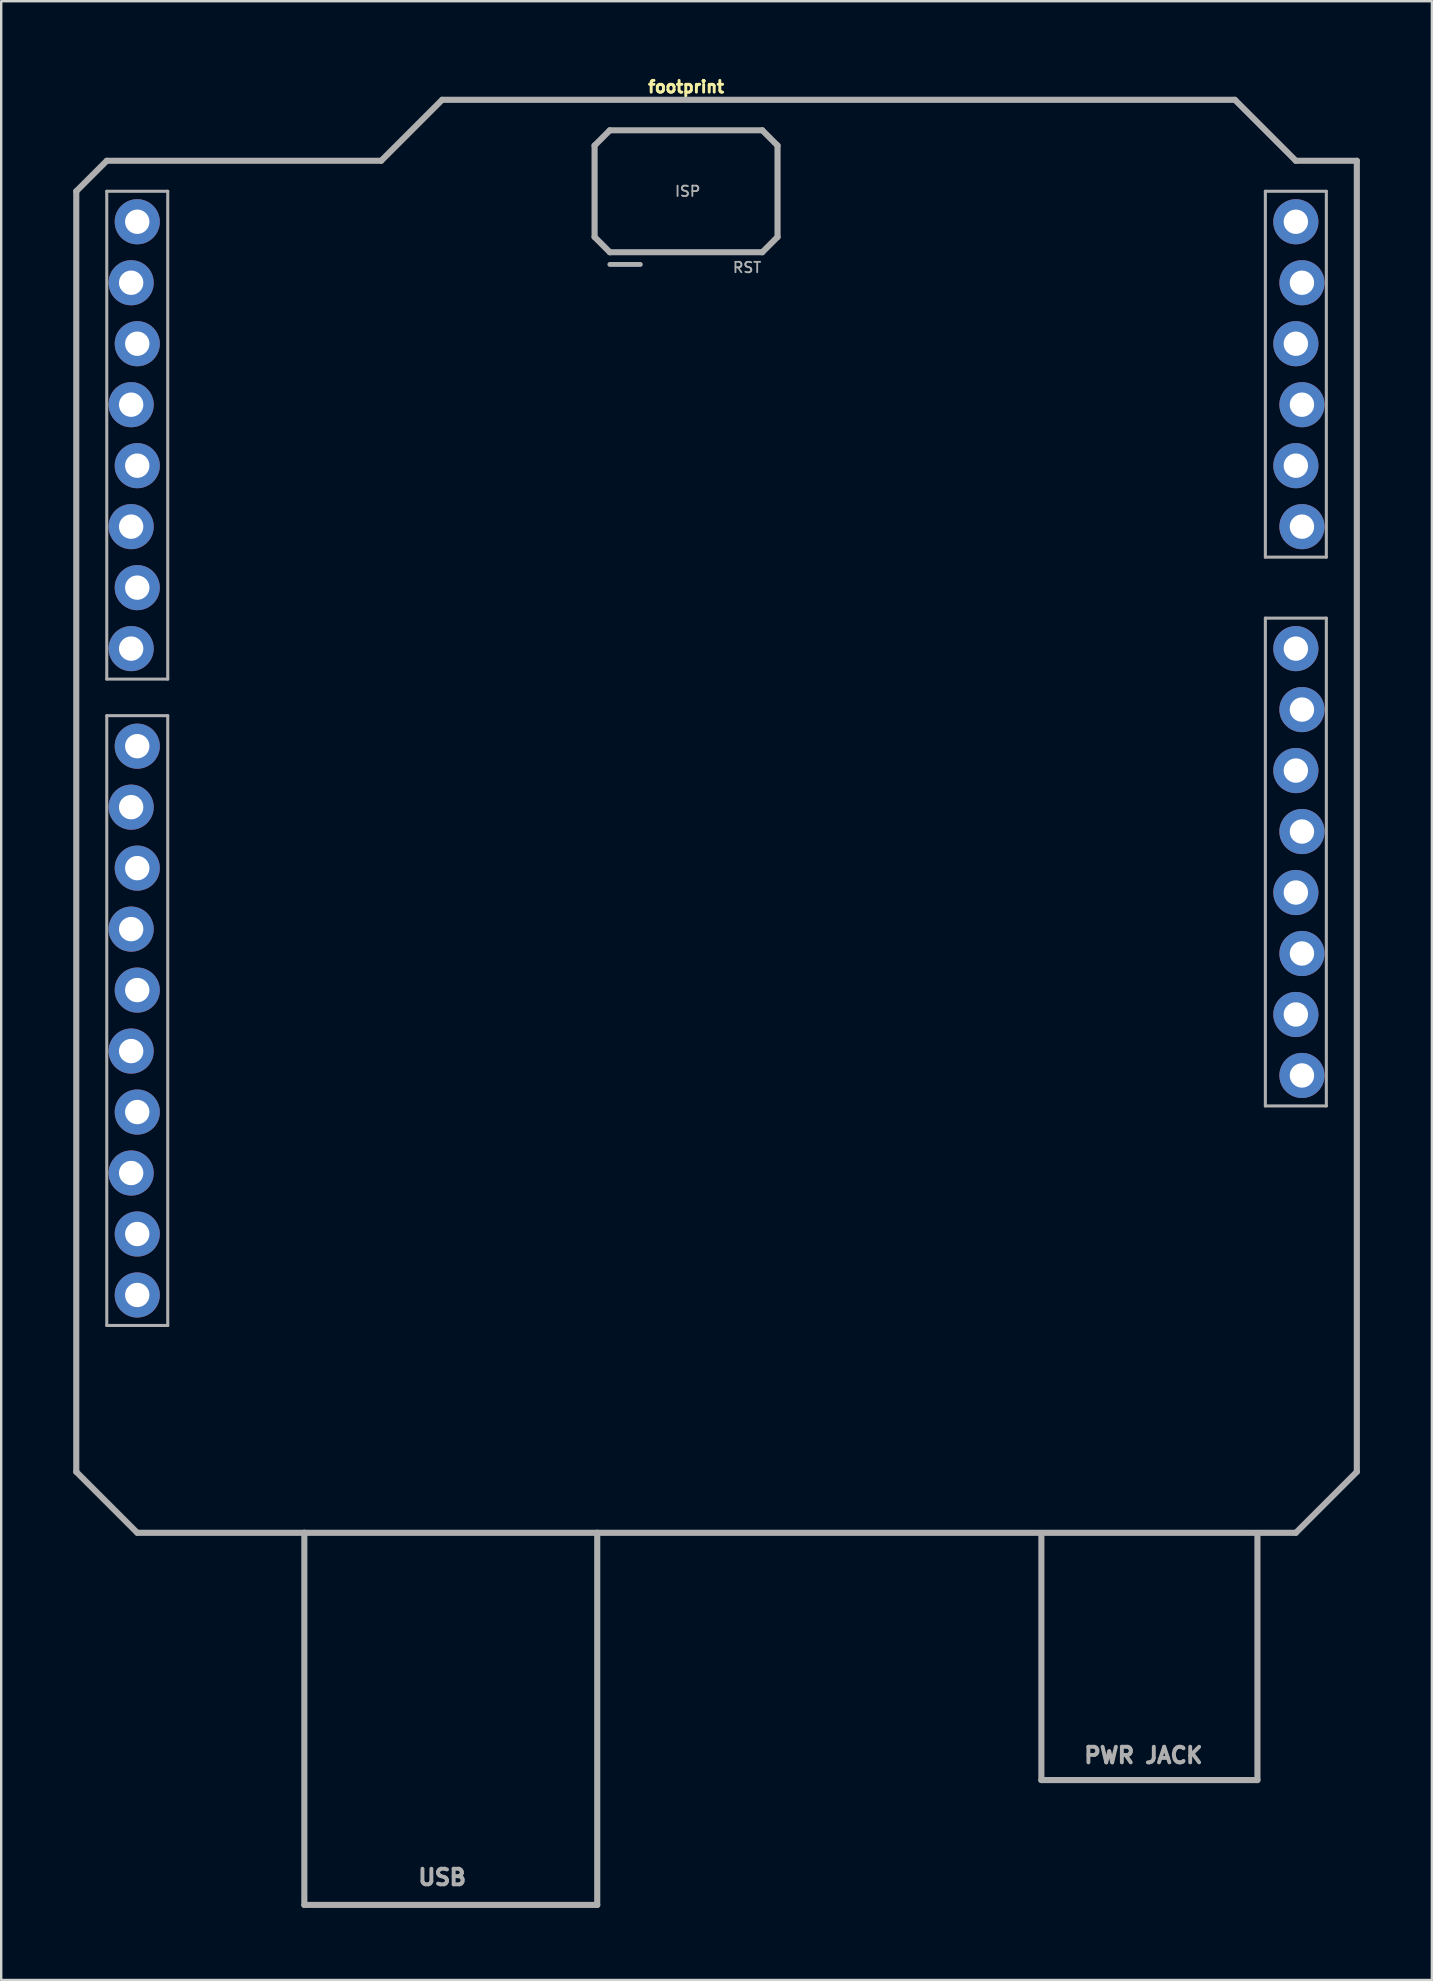
<source format=kicad_pcb>
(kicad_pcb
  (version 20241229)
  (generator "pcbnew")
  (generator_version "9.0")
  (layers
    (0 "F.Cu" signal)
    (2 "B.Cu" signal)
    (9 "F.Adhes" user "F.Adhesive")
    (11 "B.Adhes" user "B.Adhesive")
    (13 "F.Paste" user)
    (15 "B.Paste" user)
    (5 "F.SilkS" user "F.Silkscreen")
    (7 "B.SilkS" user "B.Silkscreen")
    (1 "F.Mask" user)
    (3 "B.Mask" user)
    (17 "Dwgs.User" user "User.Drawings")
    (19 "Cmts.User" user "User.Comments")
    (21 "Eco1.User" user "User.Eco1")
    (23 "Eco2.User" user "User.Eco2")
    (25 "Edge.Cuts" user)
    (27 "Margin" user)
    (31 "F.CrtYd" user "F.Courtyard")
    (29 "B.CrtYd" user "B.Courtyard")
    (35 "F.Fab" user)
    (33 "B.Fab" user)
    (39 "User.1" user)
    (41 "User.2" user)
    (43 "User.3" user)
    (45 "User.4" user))
  (footprint "footprint"
    (layer "F.Cu")
    (at 26.797 30.317)
    (property "Reference" "footprint" (at -1.27 -29.464 0) (layer "F.SilkS") (effects (font (size 0.488 0.488) (thickness 0.122)) (justify bottom)))
    (fp_line (start -26.67 -25.4) (end -26.67 27.94) (stroke (width 0.254) (type solid)) (layer "F.Fab"))
    (fp_line (start -26.67 27.94) (end -24.13 30.48) (stroke (width 0.254) (type solid)) (layer "F.Fab"))
    (fp_line (start -25.4 -26.67) (end -26.67 -25.4) (stroke (width 0.254) (type solid)) (layer "F.Fab"))
    (fp_line (start -25.4 -25.4) (end -22.86 -25.4) (stroke (width 0.127) (type solid)) (layer "F.Fab"))
    (fp_line (start -25.4 -5.08) (end -25.4 -25.4) (stroke (width 0.127) (type solid)) (layer "F.Fab"))
    (fp_line (start -25.4 -3.556) (end -22.86 -3.556) (stroke (width 0.127) (type solid)) (layer "F.Fab"))
    (fp_line (start -25.4 21.844) (end -25.4 -3.556) (stroke (width 0.127) (type solid)) (layer "F.Fab"))
    (fp_line (start -24.13 30.48) (end -17.17 30.48) (stroke (width 0.254) (type solid)) (layer "F.Fab"))
    (fp_line (start -22.86 -25.4) (end -22.86 -5.08) (stroke (width 0.127) (type solid)) (layer "F.Fab"))
    (fp_line (start -22.86 -5.08) (end -25.4 -5.08) (stroke (width 0.127) (type solid)) (layer "F.Fab"))
    (fp_line (start -22.86 -3.556) (end -22.86 21.844) (stroke (width 0.127) (type solid)) (layer "F.Fab"))
    (fp_line (start -22.86 21.844) (end -25.4 21.844) (stroke (width 0.127) (type solid)) (layer "F.Fab"))
    (fp_line (start -17.17 30.48) (end -4.97 30.48) (stroke (width 0.254) (type solid)) (layer "F.Fab"))
    (fp_line (start -17.17 45.98) (end -17.17 30.48) (stroke (width 0.254) (type solid)) (layer "F.Fab"))
    (fp_line (start -17.17 45.98) (end -4.97 45.98) (stroke (width 0.254) (type solid)) (layer "F.Fab"))
    (fp_line (start -13.97 -26.67) (end -25.4 -26.67) (stroke (width 0.254) (type solid)) (layer "F.Fab"))
    (fp_line (start -11.43 -29.21) (end -13.97 -26.67) (stroke (width 0.254) (type solid)) (layer "F.Fab"))
    (fp_line (start -5.08 -27.305) (end -4.445 -27.94) (stroke (width 0.254) (type solid)) (layer "F.Fab"))
    (fp_line (start -5.08 -23.495) (end -5.08 -27.305) (stroke (width 0.254) (type solid)) (layer "F.Fab"))
    (fp_line (start -4.97 30.48) (end 24.13 30.48) (stroke (width 0.254) (type solid)) (layer "F.Fab"))
    (fp_line (start -4.97 45.98) (end -4.97 30.48) (stroke (width 0.254) (type solid)) (layer "F.Fab"))
    (fp_line (start -4.445 -27.94) (end 1.905 -27.94) (stroke (width 0.254) (type solid)) (layer "F.Fab"))
    (fp_line (start -4.445 -22.86) (end -5.08 -23.495) (stroke (width 0.254) (type solid)) (layer "F.Fab"))
    (fp_line (start -3.175 -22.352) (end -4.445 -22.352) (stroke (width 0.203) (type solid)) (layer "F.Fab"))
    (fp_line (start 1.905 -27.94) (end 2.54 -27.305) (stroke (width 0.254) (type solid)) (layer "F.Fab"))
    (fp_line (start 1.905 -22.86) (end -4.445 -22.86) (stroke (width 0.254) (type solid)) (layer "F.Fab"))
    (fp_line (start 2.54 -27.305) (end 2.54 -23.495) (stroke (width 0.254) (type solid)) (layer "F.Fab"))
    (fp_line (start 2.54 -23.495) (end 1.905 -22.86) (stroke (width 0.254) (type solid)) (layer "F.Fab"))
    (fp_line (start 13.53 40.78) (end 13.53 30.58) (stroke (width 0.254) (type solid)) (layer "F.Fab"))
    (fp_line (start 13.53 40.78) (end 22.53 40.78) (stroke (width 0.254) (type solid)) (layer "F.Fab"))
    (fp_line (start 21.59 -29.21) (end -11.43 -29.21) (stroke (width 0.254) (type solid)) (layer "F.Fab"))
    (fp_line (start 22.53 40.78) (end 22.53 30.58) (stroke (width 0.254) (type solid)) (layer "F.Fab"))
    (fp_line (start 22.86 -25.4) (end 25.4 -25.4) (stroke (width 0.127) (type solid)) (layer "F.Fab"))
    (fp_line (start 22.86 -10.16) (end 22.86 -25.4) (stroke (width 0.127) (type solid)) (layer "F.Fab"))
    (fp_line (start 22.86 -7.62) (end 22.86 12.7) (stroke (width 0.127) (type solid)) (layer "F.Fab"))
    (fp_line (start 22.86 12.7) (end 25.4 12.7) (stroke (width 0.127) (type solid)) (layer "F.Fab"))
    (fp_line (start 24.13 -26.67) (end 21.59 -29.21) (stroke (width 0.254) (type solid)) (layer "F.Fab"))
    (fp_line (start 24.13 30.48) (end 26.67 27.94) (stroke (width 0.254) (type solid)) (layer "F.Fab"))
    (fp_line (start 25.4 -25.4) (end 25.4 -10.16) (stroke (width 0.127) (type solid)) (layer "F.Fab"))
    (fp_line (start 25.4 -10.16) (end 22.86 -10.16) (stroke (width 0.127) (type solid)) (layer "F.Fab"))
    (fp_line (start 25.4 -7.62) (end 22.86 -7.62) (stroke (width 0.127) (type solid)) (layer "F.Fab"))
    (fp_line (start 25.4 12.7) (end 25.4 -7.62) (stroke (width 0.127) (type solid)) (layer "F.Fab"))
    (fp_line (start 26.67 -26.67) (end 24.13 -26.67) (stroke (width 0.254) (type solid)) (layer "F.Fab"))
    (fp_line (start 26.67 27.94) (end 26.67 -26.67) (stroke (width 0.254) (type solid)) (layer "F.Fab"))
    (fp_text user "PWR JACK" (at 17.78 39.37 0) (layer "F.Fab") (effects (font (size 0.65 0.65) (thickness 0.163)) (justify top)))
    (fp_text user "USB" (at -11.43 44.45 0) (layer "F.Fab") (effects (font (size 0.65 0.65) (thickness 0.163)) (justify top)))
    (fp_text user "RST" (at 0.635 -21.971 0) (layer "F.Fab") (effects (font (size 0.432 0.432) (thickness 0.076)) (justify left bottom)))
    (fp_text user "ISP" (at -1.778 -25.146 0) (layer "F.Fab") (effects (font (size 0.432 0.432) (thickness 0.076)) (justify left bottom)))
    (pad "3.3V" thru_hole circle (at 24.13 3.81 90) (size 1.88 1.88) (drill 1.016) (layers "*.Cu" "*.Mask"))
    (pad "5V" thru_hole circle (at 24.384 1.27 90) (size 1.88 1.88) (drill 1.016) (layers "*.Cu" "*.Mask"))
    (pad "A0" thru_hole circle (at 24.384 -11.43 90) (size 1.88 1.88) (drill 1.016) (layers "*.Cu" "*.Mask"))
    (pad "A1" thru_hole circle (at 24.13 -13.97 90) (size 1.88 1.88) (drill 1.016) (layers "*.Cu" "*.Mask"))
    (pad "A2" thru_hole circle (at 24.384 -16.51 90) (size 1.88 1.88) (drill 1.016) (layers "*.Cu" "*.Mask"))
    (pad "A3" thru_hole circle (at 24.13 -19.05 90) (size 1.88 1.88) (drill 1.016) (layers "*.Cu" "*.Mask"))
    (pad "A4" thru_hole circle (at 24.384 -21.59 90) (size 1.88 1.88) (drill 1.016) (layers "*.Cu" "*.Mask"))
    (pad "A5" thru_hole circle (at 24.13 -24.13 90) (size 1.88 1.88) (drill 1.016) (layers "*.Cu" "*.Mask"))
    (pad "AREF" thru_hole circle (at -24.384 15.494 90) (size 1.88 1.88) (drill 1.016) (layers "*.Cu" "*.Mask"))
    (pad "D2" thru_hole circle (at -24.13 -19.05 90) (size 1.88 1.88) (drill 1.016) (layers "*.Cu" "*.Mask"))
    (pad "D3" thru_hole circle (at -24.384 -16.51 90) (size 1.88 1.88) (drill 1.016) (layers "*.Cu" "*.Mask"))
    (pad "D4" thru_hole circle (at -24.13 -13.97 90) (size 1.88 1.88) (drill 1.016) (layers "*.Cu" "*.Mask"))
    (pad "D5" thru_hole circle (at -24.384 -11.43 90) (size 1.88 1.88) (drill 1.016) (layers "*.Cu" "*.Mask"))
    (pad "D6" thru_hole circle (at -24.13 -8.89 90) (size 1.88 1.88) (drill 1.016) (layers "*.Cu" "*.Mask"))
    (pad "D7" thru_hole circle (at -24.384 -6.35 90) (size 1.88 1.88) (drill 1.016) (layers "*.Cu" "*.Mask"))
    (pad "D8" thru_hole circle (at -24.13 -2.286 90) (size 1.88 1.88) (drill 1.016) (layers "*.Cu" "*.Mask"))
    (pad "D9" thru_hole circle (at -24.384 0.254 90) (size 1.88 1.88) (drill 1.016) (layers "*.Cu" "*.Mask"))
    (pad "D10" thru_hole circle (at -24.13 2.794 90) (size 1.88 1.88) (drill 1.016) (layers "*.Cu" "*.Mask"))
    (pad "D11" thru_hole circle (at -24.384 5.334 90) (size 1.88 1.88) (drill 1.016) (layers "*.Cu" "*.Mask"))
    (pad "D12" thru_hole circle (at -24.13 7.874 90) (size 1.88 1.88) (drill 1.016) (layers "*.Cu" "*.Mask"))
    (pad "D13" thru_hole circle (at -24.384 10.414 90) (size 1.88 1.88) (drill 1.016) (layers "*.Cu" "*.Mask"))
    (pad "GND@0" thru_hole circle (at 24.13 -1.27 90) (size 1.88 1.88) (drill 1.016) (layers "*.Cu" "*.Mask"))
    (pad "GND@1" thru_hole circle (at 24.384 -3.81 90) (size 1.88 1.88) (drill 1.016) (layers "*.Cu" "*.Mask"))
    (pad "GND@2" thru_hole circle (at -24.13 12.954 90) (size 1.88 1.88) (drill 1.016) (layers "*.Cu" "*.Mask"))
    (pad "IOREF" thru_hole circle (at 24.13 8.89 90) (size 1.88 1.88) (drill 1.016) (layers "*.Cu" "*.Mask"))
    (pad "NC" thru_hole circle (at 24.384 11.43 90) (size 1.88 1.88) (drill 1.016) (layers "*.Cu" "*.Mask"))
    (pad "RES" thru_hole circle (at 24.384 6.35 90) (size 1.88 1.88) (drill 1.016) (layers "*.Cu" "*.Mask"))
    (pad "RX" thru_hole circle (at -24.13 -24.13 90) (size 1.88 1.88) (drill 1.016) (layers "*.Cu" "*.Mask"))
    (pad "SCL" thru_hole circle (at -24.13 20.574 90) (size 1.88 1.88) (drill 1.016) (layers "*.Cu" "*.Mask"))
    (pad "SDA" thru_hole circle (at -24.13 18.034 90) (size 1.88 1.88) (drill 1.016) (layers "*.Cu" "*.Mask"))
    (pad "TX" thru_hole circle (at -24.384 -21.59 90) (size 1.88 1.88) (drill 1.016) (layers "*.Cu" "*.Mask"))
    (pad "VIN" thru_hole circle (at 24.13 -6.35 90) (size 1.88 1.88) (drill 1.016) (layers "*.Cu" "*.Mask")))
  (gr_rect
    (start -3 -3)
    (end 56.594 79.424)
    (stroke (width 0.1) (type default))
    (fill no)
    (layer "Edge.Cuts")))
</source>
